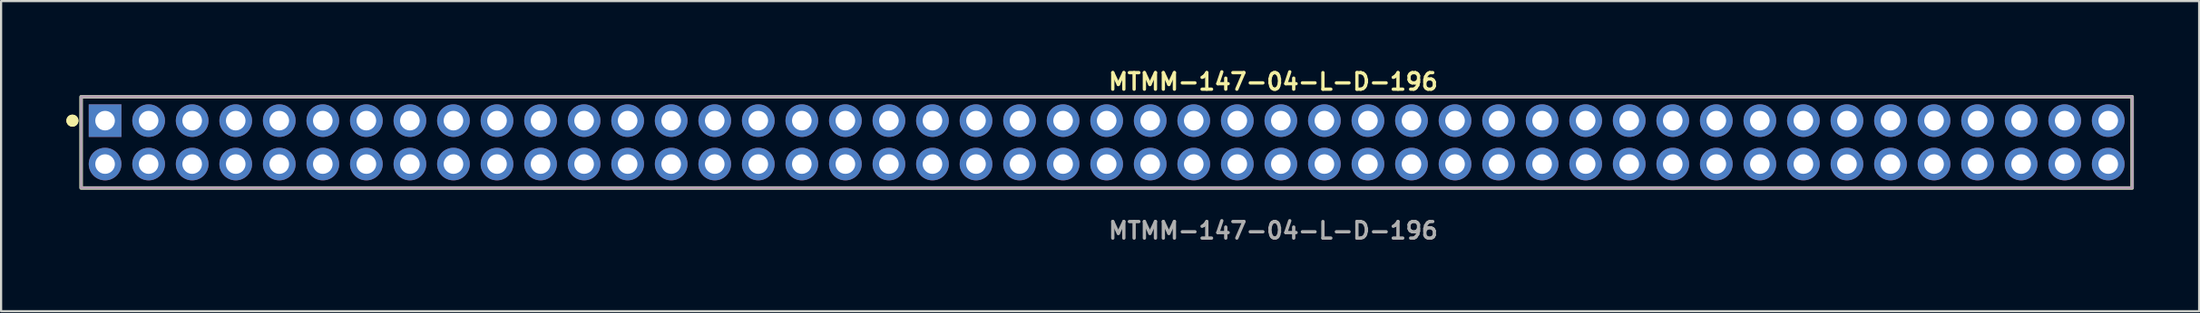
<source format=kicad_pcb>
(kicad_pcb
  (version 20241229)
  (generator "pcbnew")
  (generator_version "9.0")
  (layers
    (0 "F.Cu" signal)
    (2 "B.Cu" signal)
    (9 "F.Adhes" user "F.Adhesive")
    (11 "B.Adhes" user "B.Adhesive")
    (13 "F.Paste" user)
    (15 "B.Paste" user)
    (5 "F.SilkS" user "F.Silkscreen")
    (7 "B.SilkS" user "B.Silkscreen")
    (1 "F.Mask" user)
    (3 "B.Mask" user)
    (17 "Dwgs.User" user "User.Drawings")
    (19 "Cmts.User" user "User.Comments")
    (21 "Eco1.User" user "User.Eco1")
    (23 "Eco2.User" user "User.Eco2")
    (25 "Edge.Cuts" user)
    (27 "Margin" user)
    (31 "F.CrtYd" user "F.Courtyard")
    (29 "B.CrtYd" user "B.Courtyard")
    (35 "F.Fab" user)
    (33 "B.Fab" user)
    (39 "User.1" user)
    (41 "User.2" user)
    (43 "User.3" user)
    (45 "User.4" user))
  (footprint "MTMM-147-04-L-D-196"
    (layer "F.Cu")
    (at 47.776 3.507)
    (property "Reference" "MTMM-147-04-L-D-196" (at 0 -2.794 0) (unlocked yes) (layer "F.SilkS") (effects (font (size 0.762 0.762) (thickness 0.152)) (justify left)))
    (fp_rect (start -47.1 2.1) (end 47.1 -2.1) (stroke (width 0.152) (type solid)) (fill no) (layer "F.SilkS"))
    (fp_circle (center -47.5 -1) (end -47.7 -1) (stroke (width 0.152) (type solid)) (fill yes) (layer "F.SilkS"))
    (fp_circle (center -47.5 -1) (end -47.7 -1) (stroke (width 0.152) (type solid)) (fill yes) (layer "F.SilkS"))
    (fp_rect (start -47.1 2.1) (end 47.1 -2.1) (stroke (width 0.006) (type solid)) (fill no) (layer "F.CrtYd"))
    (fp_rect (start -47.1 2.1) (end 47.1 -2.1) (stroke (width 0.152) (type solid)) (fill no) (layer "F.Fab"))
    (fp_text user "${REFERENCE}" (at 0 4.064 0) (unlocked yes) (layer "F.Fab") (effects (font (size 0.762 0.762) (thickness 0.152)) (justify left)))
    (pad "1" thru_hole rect (at -46 -1) (size 1.5 1.5) (drill 0.9) (layers "*.Cu" "*.Mask"))
    (pad "2" thru_hole circle (at -46 1) (size 1.5 1.5) (drill 0.9) (layers "*.Cu" "*.Mask"))
    (pad "3" thru_hole circle (at -44 -1) (size 1.5 1.5) (drill 0.9) (layers "*.Cu" "*.Mask"))
    (pad "4" thru_hole circle (at -44 1) (size 1.5 1.5) (drill 0.9) (layers "*.Cu" "*.Mask"))
    (pad "5" thru_hole circle (at -42 -1) (size 1.5 1.5) (drill 0.9) (layers "*.Cu" "*.Mask"))
    (pad "6" thru_hole circle (at -42 1) (size 1.5 1.5) (drill 0.9) (layers "*.Cu" "*.Mask"))
    (pad "7" thru_hole circle (at -40 -1) (size 1.5 1.5) (drill 0.9) (layers "*.Cu" "*.Mask"))
    (pad "8" thru_hole circle (at -40 1) (size 1.5 1.5) (drill 0.9) (layers "*.Cu" "*.Mask"))
    (pad "9" thru_hole circle (at -38 -1) (size 1.5 1.5) (drill 0.9) (layers "*.Cu" "*.Mask"))
    (pad "10" thru_hole circle (at -38 1) (size 1.5 1.5) (drill 0.9) (layers "*.Cu" "*.Mask"))
    (pad "11" thru_hole circle (at -36 -1) (size 1.5 1.5) (drill 0.9) (layers "*.Cu" "*.Mask"))
    (pad "12" thru_hole circle (at -36 1) (size 1.5 1.5) (drill 0.9) (layers "*.Cu" "*.Mask"))
    (pad "13" thru_hole circle (at -34 -1) (size 1.5 1.5) (drill 0.9) (layers "*.Cu" "*.Mask"))
    (pad "14" thru_hole circle (at -34 1) (size 1.5 1.5) (drill 0.9) (layers "*.Cu" "*.Mask"))
    (pad "15" thru_hole circle (at -32 -1) (size 1.5 1.5) (drill 0.9) (layers "*.Cu" "*.Mask"))
    (pad "16" thru_hole circle (at -32 1) (size 1.5 1.5) (drill 0.9) (layers "*.Cu" "*.Mask"))
    (pad "17" thru_hole circle (at -30 -1) (size 1.5 1.5) (drill 0.9) (layers "*.Cu" "*.Mask"))
    (pad "18" thru_hole circle (at -30 1) (size 1.5 1.5) (drill 0.9) (layers "*.Cu" "*.Mask"))
    (pad "19" thru_hole circle (at -28 -1) (size 1.5 1.5) (drill 0.9) (layers "*.Cu" "*.Mask"))
    (pad "20" thru_hole circle (at -28 1) (size 1.5 1.5) (drill 0.9) (layers "*.Cu" "*.Mask"))
    (pad "21" thru_hole circle (at -26 -1) (size 1.5 1.5) (drill 0.9) (layers "*.Cu" "*.Mask"))
    (pad "22" thru_hole circle (at -26 1) (size 1.5 1.5) (drill 0.9) (layers "*.Cu" "*.Mask"))
    (pad "23" thru_hole circle (at -24 -1) (size 1.5 1.5) (drill 0.9) (layers "*.Cu" "*.Mask"))
    (pad "24" thru_hole circle (at -24 1) (size 1.5 1.5) (drill 0.9) (layers "*.Cu" "*.Mask"))
    (pad "25" thru_hole circle (at -22 -1) (size 1.5 1.5) (drill 0.9) (layers "*.Cu" "*.Mask"))
    (pad "26" thru_hole circle (at -22 1) (size 1.5 1.5) (drill 0.9) (layers "*.Cu" "*.Mask"))
    (pad "27" thru_hole circle (at -20 -1) (size 1.5 1.5) (drill 0.9) (layers "*.Cu" "*.Mask"))
    (pad "28" thru_hole circle (at -20 1) (size 1.5 1.5) (drill 0.9) (layers "*.Cu" "*.Mask"))
    (pad "29" thru_hole circle (at -18 -1) (size 1.5 1.5) (drill 0.9) (layers "*.Cu" "*.Mask"))
    (pad "30" thru_hole circle (at -18 1) (size 1.5 1.5) (drill 0.9) (layers "*.Cu" "*.Mask"))
    (pad "31" thru_hole circle (at -16 -1) (size 1.5 1.5) (drill 0.9) (layers "*.Cu" "*.Mask"))
    (pad "32" thru_hole circle (at -16 1) (size 1.5 1.5) (drill 0.9) (layers "*.Cu" "*.Mask"))
    (pad "33" thru_hole circle (at -14 -1) (size 1.5 1.5) (drill 0.9) (layers "*.Cu" "*.Mask"))
    (pad "34" thru_hole circle (at -14 1) (size 1.5 1.5) (drill 0.9) (layers "*.Cu" "*.Mask"))
    (pad "35" thru_hole circle (at -12 -1) (size 1.5 1.5) (drill 0.9) (layers "*.Cu" "*.Mask"))
    (pad "36" thru_hole circle (at -12 1) (size 1.5 1.5) (drill 0.9) (layers "*.Cu" "*.Mask"))
    (pad "37" thru_hole circle (at -10 -1) (size 1.5 1.5) (drill 0.9) (layers "*.Cu" "*.Mask"))
    (pad "38" thru_hole circle (at -10 1) (size 1.5 1.5) (drill 0.9) (layers "*.Cu" "*.Mask"))
    (pad "39" thru_hole circle (at -8 -1) (size 1.5 1.5) (drill 0.9) (layers "*.Cu" "*.Mask"))
    (pad "40" thru_hole circle (at -8 1) (size 1.5 1.5) (drill 0.9) (layers "*.Cu" "*.Mask"))
    (pad "41" thru_hole circle (at -6 -1) (size 1.5 1.5) (drill 0.9) (layers "*.Cu" "*.Mask"))
    (pad "42" thru_hole circle (at -6 1) (size 1.5 1.5) (drill 0.9) (layers "*.Cu" "*.Mask"))
    (pad "43" thru_hole circle (at -4 -1) (size 1.5 1.5) (drill 0.9) (layers "*.Cu" "*.Mask"))
    (pad "44" thru_hole circle (at -4 1) (size 1.5 1.5) (drill 0.9) (layers "*.Cu" "*.Mask"))
    (pad "45" thru_hole circle (at -2 -1) (size 1.5 1.5) (drill 0.9) (layers "*.Cu" "*.Mask"))
    (pad "46" thru_hole circle (at -2 1) (size 1.5 1.5) (drill 0.9) (layers "*.Cu" "*.Mask"))
    (pad "47" thru_hole circle (at 0 -1) (size 1.5 1.5) (drill 0.9) (layers "*.Cu" "*.Mask"))
    (pad "48" thru_hole circle (at 0 1) (size 1.5 1.5) (drill 0.9) (layers "*.Cu" "*.Mask"))
    (pad "49" thru_hole circle (at 2 -1) (size 1.5 1.5) (drill 0.9) (layers "*.Cu" "*.Mask"))
    (pad "50" thru_hole circle (at 2 1) (size 1.5 1.5) (drill 0.9) (layers "*.Cu" "*.Mask"))
    (pad "51" thru_hole circle (at 4 -1) (size 1.5 1.5) (drill 0.9) (layers "*.Cu" "*.Mask"))
    (pad "52" thru_hole circle (at 4 1) (size 1.5 1.5) (drill 0.9) (layers "*.Cu" "*.Mask"))
    (pad "53" thru_hole circle (at 6 -1) (size 1.5 1.5) (drill 0.9) (layers "*.Cu" "*.Mask"))
    (pad "54" thru_hole circle (at 6 1) (size 1.5 1.5) (drill 0.9) (layers "*.Cu" "*.Mask"))
    (pad "55" thru_hole circle (at 8 -1) (size 1.5 1.5) (drill 0.9) (layers "*.Cu" "*.Mask"))
    (pad "56" thru_hole circle (at 8 1) (size 1.5 1.5) (drill 0.9) (layers "*.Cu" "*.Mask"))
    (pad "57" thru_hole circle (at 10 -1) (size 1.5 1.5) (drill 0.9) (layers "*.Cu" "*.Mask"))
    (pad "58" thru_hole circle (at 10 1) (size 1.5 1.5) (drill 0.9) (layers "*.Cu" "*.Mask"))
    (pad "59" thru_hole circle (at 12 -1) (size 1.5 1.5) (drill 0.9) (layers "*.Cu" "*.Mask"))
    (pad "60" thru_hole circle (at 12 1) (size 1.5 1.5) (drill 0.9) (layers "*.Cu" "*.Mask"))
    (pad "61" thru_hole circle (at 14 -1) (size 1.5 1.5) (drill 0.9) (layers "*.Cu" "*.Mask"))
    (pad "62" thru_hole circle (at 14 1) (size 1.5 1.5) (drill 0.9) (layers "*.Cu" "*.Mask"))
    (pad "63" thru_hole circle (at 16 -1) (size 1.5 1.5) (drill 0.9) (layers "*.Cu" "*.Mask"))
    (pad "64" thru_hole circle (at 16 1) (size 1.5 1.5) (drill 0.9) (layers "*.Cu" "*.Mask"))
    (pad "65" thru_hole circle (at 18 -1) (size 1.5 1.5) (drill 0.9) (layers "*.Cu" "*.Mask"))
    (pad "66" thru_hole circle (at 18 1) (size 1.5 1.5) (drill 0.9) (layers "*.Cu" "*.Mask"))
    (pad "67" thru_hole circle (at 20 -1) (size 1.5 1.5) (drill 0.9) (layers "*.Cu" "*.Mask"))
    (pad "68" thru_hole circle (at 20 1) (size 1.5 1.5) (drill 0.9) (layers "*.Cu" "*.Mask"))
    (pad "69" thru_hole circle (at 22 -1) (size 1.5 1.5) (drill 0.9) (layers "*.Cu" "*.Mask"))
    (pad "70" thru_hole circle (at 22 1) (size 1.5 1.5) (drill 0.9) (layers "*.Cu" "*.Mask"))
    (pad "71" thru_hole circle (at 24 -1) (size 1.5 1.5) (drill 0.9) (layers "*.Cu" "*.Mask"))
    (pad "72" thru_hole circle (at 24 1) (size 1.5 1.5) (drill 0.9) (layers "*.Cu" "*.Mask"))
    (pad "73" thru_hole circle (at 26 -1) (size 1.5 1.5) (drill 0.9) (layers "*.Cu" "*.Mask"))
    (pad "74" thru_hole circle (at 26 1) (size 1.5 1.5) (drill 0.9) (layers "*.Cu" "*.Mask"))
    (pad "75" thru_hole circle (at 28 -1) (size 1.5 1.5) (drill 0.9) (layers "*.Cu" "*.Mask"))
    (pad "76" thru_hole circle (at 28 1) (size 1.5 1.5) (drill 0.9) (layers "*.Cu" "*.Mask"))
    (pad "77" thru_hole circle (at 30 -1) (size 1.5 1.5) (drill 0.9) (layers "*.Cu" "*.Mask"))
    (pad "78" thru_hole circle (at 30 1) (size 1.5 1.5) (drill 0.9) (layers "*.Cu" "*.Mask"))
    (pad "79" thru_hole circle (at 32 -1) (size 1.5 1.5) (drill 0.9) (layers "*.Cu" "*.Mask"))
    (pad "80" thru_hole circle (at 32 1) (size 1.5 1.5) (drill 0.9) (layers "*.Cu" "*.Mask"))
    (pad "81" thru_hole circle (at 34 -1) (size 1.5 1.5) (drill 0.9) (layers "*.Cu" "*.Mask"))
    (pad "82" thru_hole circle (at 34 1) (size 1.5 1.5) (drill 0.9) (layers "*.Cu" "*.Mask"))
    (pad "83" thru_hole circle (at 36 -1) (size 1.5 1.5) (drill 0.9) (layers "*.Cu" "*.Mask"))
    (pad "84" thru_hole circle (at 36 1) (size 1.5 1.5) (drill 0.9) (layers "*.Cu" "*.Mask"))
    (pad "85" thru_hole circle (at 38 -1) (size 1.5 1.5) (drill 0.9) (layers "*.Cu" "*.Mask"))
    (pad "86" thru_hole circle (at 38 1) (size 1.5 1.5) (drill 0.9) (layers "*.Cu" "*.Mask"))
    (pad "87" thru_hole circle (at 40 -1) (size 1.5 1.5) (drill 0.9) (layers "*.Cu" "*.Mask"))
    (pad "88" thru_hole circle (at 40 1) (size 1.5 1.5) (drill 0.9) (layers "*.Cu" "*.Mask"))
    (pad "89" thru_hole circle (at 42 -1) (size 1.5 1.5) (drill 0.9) (layers "*.Cu" "*.Mask"))
    (pad "90" thru_hole circle (at 42 1) (size 1.5 1.5) (drill 0.9) (layers "*.Cu" "*.Mask"))
    (pad "91" thru_hole circle (at 44 -1) (size 1.5 1.5) (drill 0.9) (layers "*.Cu" "*.Mask"))
    (pad "92" thru_hole circle (at 44 1) (size 1.5 1.5) (drill 0.9) (layers "*.Cu" "*.Mask"))
    (pad "93" thru_hole circle (at 46 -1) (size 1.5 1.5) (drill 0.9) (layers "*.Cu" "*.Mask"))
    (pad "94" thru_hole circle (at 46 1) (size 1.5 1.5) (drill 0.9) (layers "*.Cu" "*.Mask")))
  (gr_rect
    (start -3 -3)
    (end 97.952 11.284)
    (stroke (width 0.1) (type default))
    (fill no)
    (layer "Edge.Cuts")))
</source>
